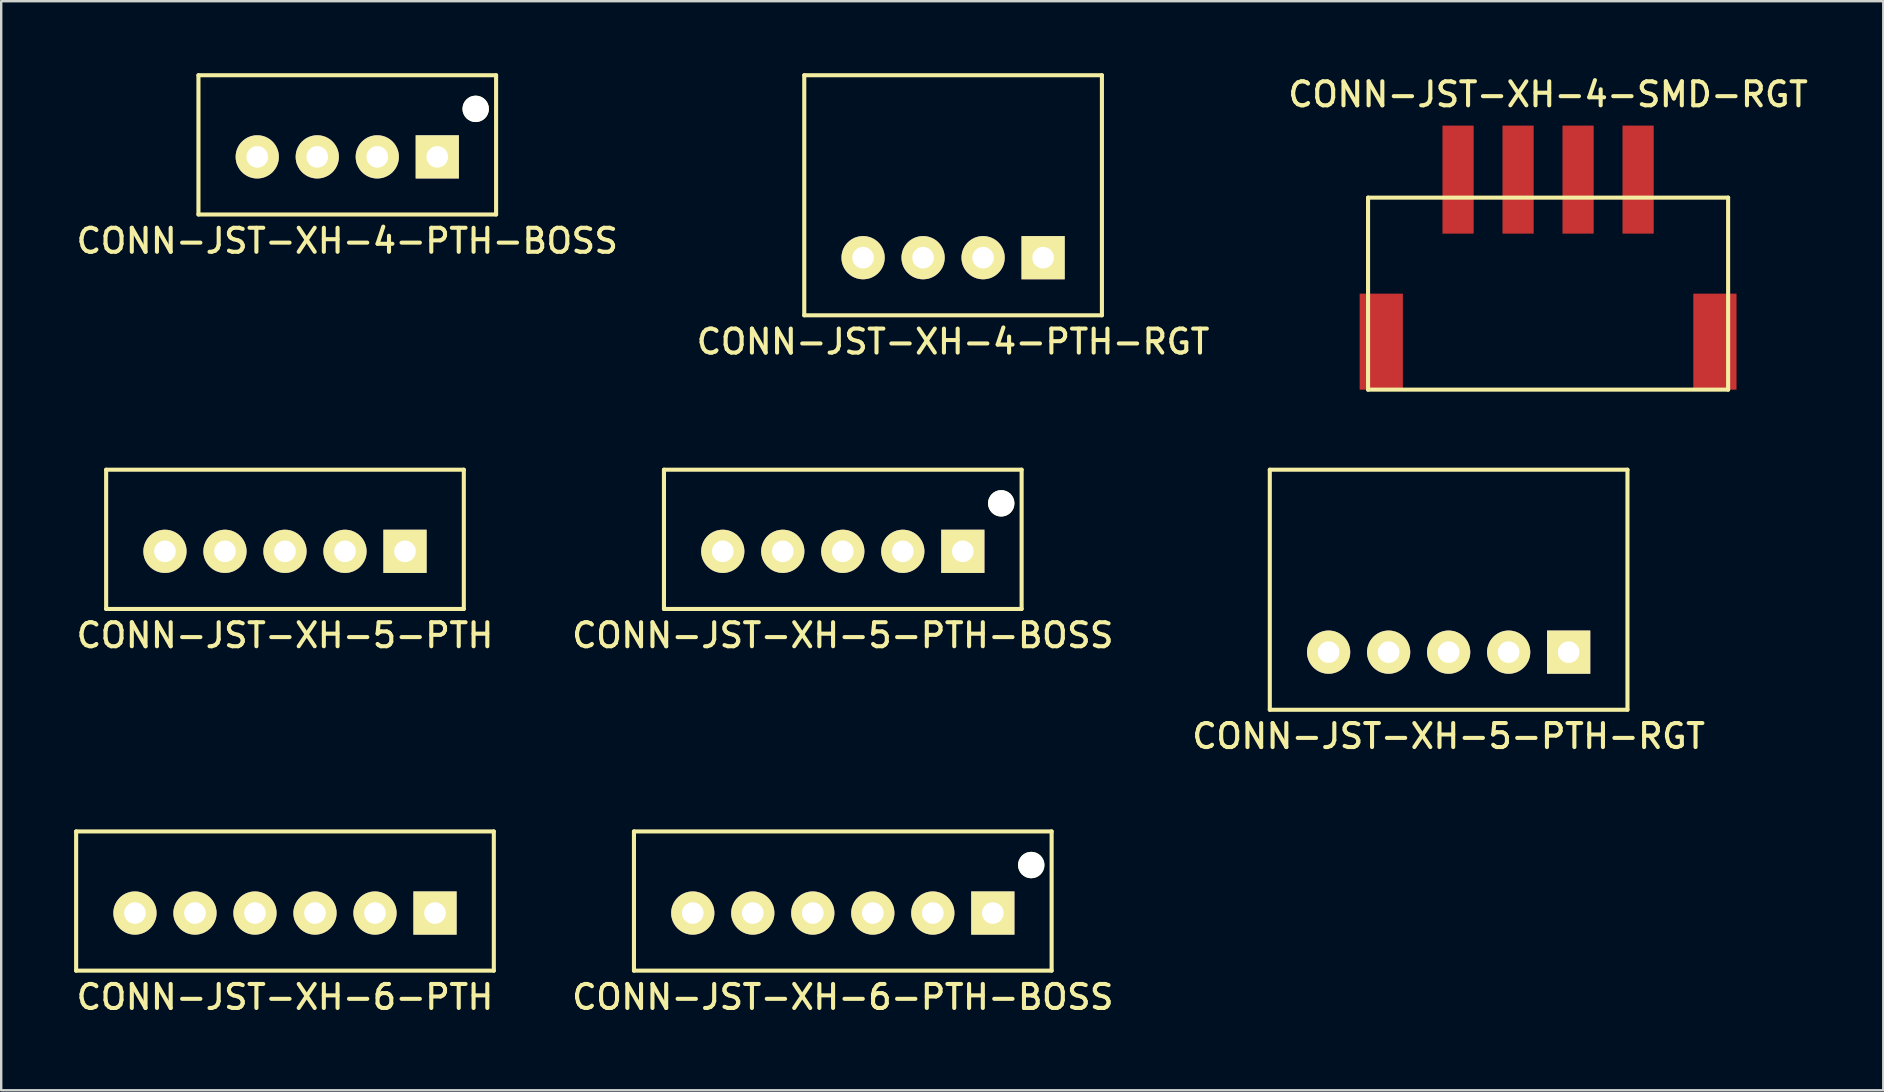
<source format=kicad_pcb>
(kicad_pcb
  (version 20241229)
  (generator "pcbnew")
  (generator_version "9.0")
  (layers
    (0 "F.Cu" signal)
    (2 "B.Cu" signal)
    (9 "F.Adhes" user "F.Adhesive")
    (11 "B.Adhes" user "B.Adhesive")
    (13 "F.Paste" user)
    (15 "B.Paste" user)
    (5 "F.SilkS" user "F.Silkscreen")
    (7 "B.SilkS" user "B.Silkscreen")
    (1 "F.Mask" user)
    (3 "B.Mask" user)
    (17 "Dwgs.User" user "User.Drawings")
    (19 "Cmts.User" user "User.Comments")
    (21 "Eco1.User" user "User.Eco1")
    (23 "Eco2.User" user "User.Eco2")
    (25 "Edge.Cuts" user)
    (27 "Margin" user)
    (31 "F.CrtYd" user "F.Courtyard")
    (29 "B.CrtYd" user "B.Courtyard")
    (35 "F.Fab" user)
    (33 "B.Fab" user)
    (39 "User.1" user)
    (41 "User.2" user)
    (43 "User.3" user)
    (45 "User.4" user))
  (footprint "CONN-JST-XH-4-PTH-RGT"
    (layer "F.Cu")
    (at 36.655 7.685)
    (property "Reference" "CONN-JST-XH-4-PTH-RGT" (at 0 3.5 0) (layer "F.SilkS") (effects (font (size 1 1) (thickness 0.17))))
    (attr through_hole)
    (fp_line (start -6.2 -7.6) (end 6.2 -7.6) (stroke (width 0.17) (type solid)) (layer "F.SilkS"))
    (fp_line (start -6.2 2.4) (end -6.2 -7.6) (stroke (width 0.17) (type solid)) (layer "F.SilkS"))
    (fp_line (start -6.2 2.4) (end 6.2 2.4) (stroke (width 0.17) (type solid)) (layer "F.SilkS"))
    (fp_line (start 6.2 2.4) (end 6.2 -7.6) (stroke (width 0.17) (type solid)) (layer "F.SilkS"))
    (pad "1" thru_hole rect (at 3.75 0) (size 1.8 1.8) (drill 0.9) (layers "*.Cu" "*.Mask" "F.SilkS"))
    (pad "2" thru_hole circle (at 1.25 0) (size 1.8 1.8) (drill 0.9) (layers "*.Cu" "*.Mask" "F.SilkS"))
    (pad "3" thru_hole circle (at -1.25 0) (size 1.8 1.8) (drill 0.9) (layers "*.Cu" "*.Mask" "F.SilkS"))
    (pad "4" thru_hole circle (at -3.75 0) (size 1.8 1.8) (drill 0.9) (layers "*.Cu" "*.Mask" "F.SilkS")))
  (footprint "CONN-JST-XH-5-PTH-BOSS"
    (layer "F.Cu")
    (at 32.06 19.918)
    (property "Reference" "CONN-JST-XH-5-PTH-BOSS" (at 0 3.5 0) (layer "F.SilkS") (effects (font (size 1 1) (thickness 0.17))))
    (attr through_hole)
    (fp_line (start -7.45 -3.4) (end 7.45 -3.4) (stroke (width 0.17) (type solid)) (layer "F.SilkS"))
    (fp_line (start -7.45 2.4) (end -7.45 -3.4) (stroke (width 0.17) (type solid)) (layer "F.SilkS"))
    (fp_line (start -7.45 2.4) (end 7.45 2.4) (stroke (width 0.17) (type solid)) (layer "F.SilkS"))
    (fp_line (start 7.45 2.4) (end 7.45 -3.4) (stroke (width 0.17) (type solid)) (layer "F.SilkS"))
    (pad "" np_thru_hole circle (at 6.6 -2) (size 1.1 1.1) (drill 1.1) (layers "*.Cu" "*.Mask" "F.SilkS"))
    (pad "1" thru_hole rect (at 5 0) (size 1.8 1.8) (drill 0.9) (layers "*.Cu" "*.Mask" "F.SilkS"))
    (pad "2" thru_hole circle (at 2.5 0) (size 1.8 1.8) (drill 0.9) (layers "*.Cu" "*.Mask" "F.SilkS"))
    (pad "3" thru_hole circle (at 0 0) (size 1.8 1.8) (drill 0.9) (layers "*.Cu" "*.Mask" "F.SilkS"))
    (pad "4" thru_hole circle (at -2.5 0) (size 1.8 1.8) (drill 0.9) (layers "*.Cu" "*.Mask" "F.SilkS"))
    (pad "5" thru_hole circle (at -5 0) (size 1.8 1.8) (drill 0.9) (layers "*.Cu" "*.Mask" "F.SilkS")))
  (footprint "CONN-JST-XH-6-PTH-BOSS"
    (layer "F.Cu")
    (at 32.06 34.987)
    (property "Reference" "CONN-JST-XH-6-PTH-BOSS" (at 0 3.5 0) (layer "F.SilkS") (effects (font (size 1 1) (thickness 0.17))))
    (attr through_hole)
    (fp_line (start -8.7 -3.4) (end 8.7 -3.4) (stroke (width 0.17) (type solid)) (layer "F.SilkS"))
    (fp_line (start -8.7 2.4) (end -8.7 -3.4) (stroke (width 0.17) (type solid)) (layer "F.SilkS"))
    (fp_line (start -8.7 2.4) (end 8.7 2.4) (stroke (width 0.17) (type solid)) (layer "F.SilkS"))
    (fp_line (start 8.7 2.4) (end 8.7 -3.4) (stroke (width 0.17) (type solid)) (layer "F.SilkS"))
    (pad "" np_thru_hole circle (at 7.85 -2) (size 1.1 1.1) (drill 1.1) (layers "*.Cu" "*.Mask" "F.SilkS"))
    (pad "1" thru_hole rect (at 6.25 0) (size 1.8 1.8) (drill 0.9) (layers "*.Cu" "*.Mask" "F.SilkS"))
    (pad "2" thru_hole circle (at 3.75 0) (size 1.8 1.8) (drill 0.9) (layers "*.Cu" "*.Mask" "F.SilkS"))
    (pad "3" thru_hole circle (at 1.25 0) (size 1.8 1.8) (drill 0.9) (layers "*.Cu" "*.Mask" "F.SilkS"))
    (pad "4" thru_hole circle (at -1.25 0) (size 1.8 1.8) (drill 0.9) (layers "*.Cu" "*.Mask" "F.SilkS"))
    (pad "5" thru_hole circle (at -3.75 0) (size 1.8 1.8) (drill 0.9) (layers "*.Cu" "*.Mask" "F.SilkS"))
    (pad "6" thru_hole circle (at -6.25 0) (size 1.8 1.8) (drill 0.9) (layers "*.Cu" "*.Mask" "F.SilkS")))
  (footprint "CONN-JST-XH-6-PTH"
    (layer "F.Cu")
    (at 8.822 34.987)
    (property "Reference" "CONN-JST-XH-6-PTH" (at 0 3.5 0) (layer "F.SilkS") (effects (font (size 1 1) (thickness 0.17))))
    (attr through_hole)
    (fp_line (start -8.7 -3.4) (end 8.7 -3.4) (stroke (width 0.17) (type solid)) (layer "F.SilkS"))
    (fp_line (start -8.7 2.4) (end -8.7 -3.4) (stroke (width 0.17) (type solid)) (layer "F.SilkS"))
    (fp_line (start -8.7 2.4) (end 8.7 2.4) (stroke (width 0.17) (type solid)) (layer "F.SilkS"))
    (fp_line (start 8.7 2.4) (end 8.7 -3.4) (stroke (width 0.17) (type solid)) (layer "F.SilkS"))
    (pad "1" thru_hole rect (at 6.25 0) (size 1.8 1.8) (drill 0.9) (layers "*.Cu" "*.Mask" "F.SilkS"))
    (pad "2" thru_hole circle (at 3.75 0) (size 1.8 1.8) (drill 0.9) (layers "*.Cu" "*.Mask" "F.SilkS"))
    (pad "3" thru_hole circle (at 1.25 0) (size 1.8 1.8) (drill 0.9) (layers "*.Cu" "*.Mask" "F.SilkS"))
    (pad "4" thru_hole circle (at -1.25 0) (size 1.8 1.8) (drill 0.9) (layers "*.Cu" "*.Mask" "F.SilkS"))
    (pad "5" thru_hole circle (at -3.75 0) (size 1.8 1.8) (drill 0.9) (layers "*.Cu" "*.Mask" "F.SilkS"))
    (pad "6" thru_hole circle (at -6.25 0) (size 1.8 1.8) (drill 0.9) (layers "*.Cu" "*.Mask" "F.SilkS")))
  (footprint "CONN-JST-XH-4-SMD-RGT"
    (layer "F.Cu")
    (at 61.442 13.183)
    (property "Reference" "CONN-JST-XH-4-SMD-RGT" (at 0 -12.3 0) (layer "F.SilkS") (effects (font (size 1 1) (thickness 0.17))))
    (attr through_hole)
    (fp_line (start -7.5 -8) (end 7.5 -8) (stroke (width 0.17) (type solid)) (layer "F.SilkS"))
    (fp_line (start -7.5 0) (end -7.5 -8) (stroke (width 0.17) (type solid)) (layer "F.SilkS"))
    (fp_line (start -7.5 0) (end 7.5 0) (stroke (width 0.17) (type solid)) (layer "F.SilkS"))
    (fp_line (start 7.5 0) (end 7.5 -8) (stroke (width 0.17) (type solid)) (layer "F.SilkS"))
    (pad "1" smd rect (at -3.75 -8.75) (size 1.3 4.5) (layers "F.Cu" "F.Mask" "F.Paste"))
    (pad "2" smd rect (at -1.25 -8.75) (size 1.3 4.5) (layers "F.Cu" "F.Mask" "F.Paste"))
    (pad "3" smd rect (at 1.25 -8.75) (size 1.3 4.5) (layers "F.Cu" "F.Mask" "F.Paste"))
    (pad "4" smd rect (at 3.75 -8.75) (size 1.3 4.5) (layers "F.Cu" "F.Mask" "F.Paste"))
    (pad "M1" smd rect (at -6.95 -2) (size 1.8 4) (layers "F.Cu" "F.Mask" "F.Paste"))
    (pad "M2" smd rect (at 6.95 -2) (size 1.8 4) (layers "F.Cu" "F.Mask" "F.Paste")))
  (footprint "CONN-JST-XH-5-PTH-RGT"
    (layer "F.Cu")
    (at 57.299 24.118)
    (property "Reference" "CONN-JST-XH-5-PTH-RGT" (at 0 3.5 0) (layer "F.SilkS") (effects (font (size 1 1) (thickness 0.17))))
    (attr through_hole)
    (fp_line (start -7.45 -7.6) (end 7.45 -7.6) (stroke (width 0.17) (type solid)) (layer "F.SilkS"))
    (fp_line (start -7.45 2.4) (end -7.45 -7.6) (stroke (width 0.17) (type solid)) (layer "F.SilkS"))
    (fp_line (start -7.45 2.4) (end 7.45 2.4) (stroke (width 0.17) (type solid)) (layer "F.SilkS"))
    (fp_line (start 7.45 2.4) (end 7.45 -7.6) (stroke (width 0.17) (type solid)) (layer "F.SilkS"))
    (pad "1" thru_hole rect (at 5 0) (size 1.8 1.8) (drill 0.9) (layers "*.Cu" "*.Mask" "F.SilkS"))
    (pad "2" thru_hole circle (at 2.5 0) (size 1.8 1.8) (drill 0.9) (layers "*.Cu" "*.Mask" "F.SilkS"))
    (pad "3" thru_hole circle (at 0 0) (size 1.8 1.8) (drill 0.9) (layers "*.Cu" "*.Mask" "F.SilkS"))
    (pad "4" thru_hole circle (at -2.5 0) (size 1.8 1.8) (drill 0.9) (layers "*.Cu" "*.Mask" "F.SilkS"))
    (pad "5" thru_hole circle (at -5 0) (size 1.8 1.8) (drill 0.9) (layers "*.Cu" "*.Mask" "F.SilkS")))
  (footprint "CONN-JST-XH-5-PTH"
    (layer "F.Cu")
    (at 8.822 19.918)
    (property "Reference" "CONN-JST-XH-5-PTH" (at 0 3.5 0) (layer "F.SilkS") (effects (font (size 1 1) (thickness 0.17))))
    (attr through_hole)
    (fp_line (start -7.45 -3.4) (end 7.45 -3.4) (stroke (width 0.17) (type solid)) (layer "F.SilkS"))
    (fp_line (start -7.45 2.4) (end -7.45 -3.4) (stroke (width 0.17) (type solid)) (layer "F.SilkS"))
    (fp_line (start -7.45 2.4) (end 7.45 2.4) (stroke (width 0.17) (type solid)) (layer "F.SilkS"))
    (fp_line (start 7.45 2.4) (end 7.45 -3.4) (stroke (width 0.17) (type solid)) (layer "F.SilkS"))
    (pad "1" thru_hole rect (at 5 0) (size 1.8 1.8) (drill 0.9) (layers "*.Cu" "*.Mask" "F.SilkS"))
    (pad "2" thru_hole circle (at 2.5 0) (size 1.8 1.8) (drill 0.9) (layers "*.Cu" "*.Mask" "F.SilkS"))
    (pad "3" thru_hole circle (at 0 0) (size 1.8 1.8) (drill 0.9) (layers "*.Cu" "*.Mask" "F.SilkS"))
    (pad "4" thru_hole circle (at -2.5 0) (size 1.8 1.8) (drill 0.9) (layers "*.Cu" "*.Mask" "F.SilkS"))
    (pad "5" thru_hole circle (at -5 0) (size 1.8 1.8) (drill 0.9) (layers "*.Cu" "*.Mask" "F.SilkS")))
  (footprint "CONN-JST-XH-4-PTH-BOSS"
    (layer "F.Cu")
    (at 11.417 3.485)
    (property "Reference" "CONN-JST-XH-4-PTH-BOSS" (at 0 3.5 0) (layer "F.SilkS") (effects (font (size 1 1) (thickness 0.17))))
    (attr through_hole)
    (fp_line (start -6.2 -3.4) (end 6.2 -3.4) (stroke (width 0.17) (type solid)) (layer "F.SilkS"))
    (fp_line (start -6.2 2.4) (end -6.2 -3.4) (stroke (width 0.17) (type solid)) (layer "F.SilkS"))
    (fp_line (start -6.2 2.4) (end 6.2 2.4) (stroke (width 0.17) (type solid)) (layer "F.SilkS"))
    (fp_line (start 6.2 2.4) (end 6.2 -3.4) (stroke (width 0.17) (type solid)) (layer "F.SilkS"))
    (pad "" np_thru_hole circle (at 5.35 -2) (size 1.1 1.1) (drill 1.1) (layers "*.Cu" "*.Mask" "F.SilkS"))
    (pad "1" thru_hole rect (at 3.75 0) (size 1.8 1.8) (drill 0.9) (layers "*.Cu" "*.Mask" "F.SilkS"))
    (pad "2" thru_hole circle (at 1.25 0) (size 1.8 1.8) (drill 0.9) (layers "*.Cu" "*.Mask" "F.SilkS"))
    (pad "3" thru_hole circle (at -1.25 0) (size 1.8 1.8) (drill 0.9) (layers "*.Cu" "*.Mask" "F.SilkS"))
    (pad "4" thru_hole circle (at -3.75 0) (size 1.8 1.8) (drill 0.9) (layers "*.Cu" "*.Mask" "F.SilkS")))
  (gr_rect
    (start -3 -3)
    (end 75.406 42.37)
    (stroke (width 0.1) (type default))
    (fill no)
    (layer "Edge.Cuts")))
</source>
